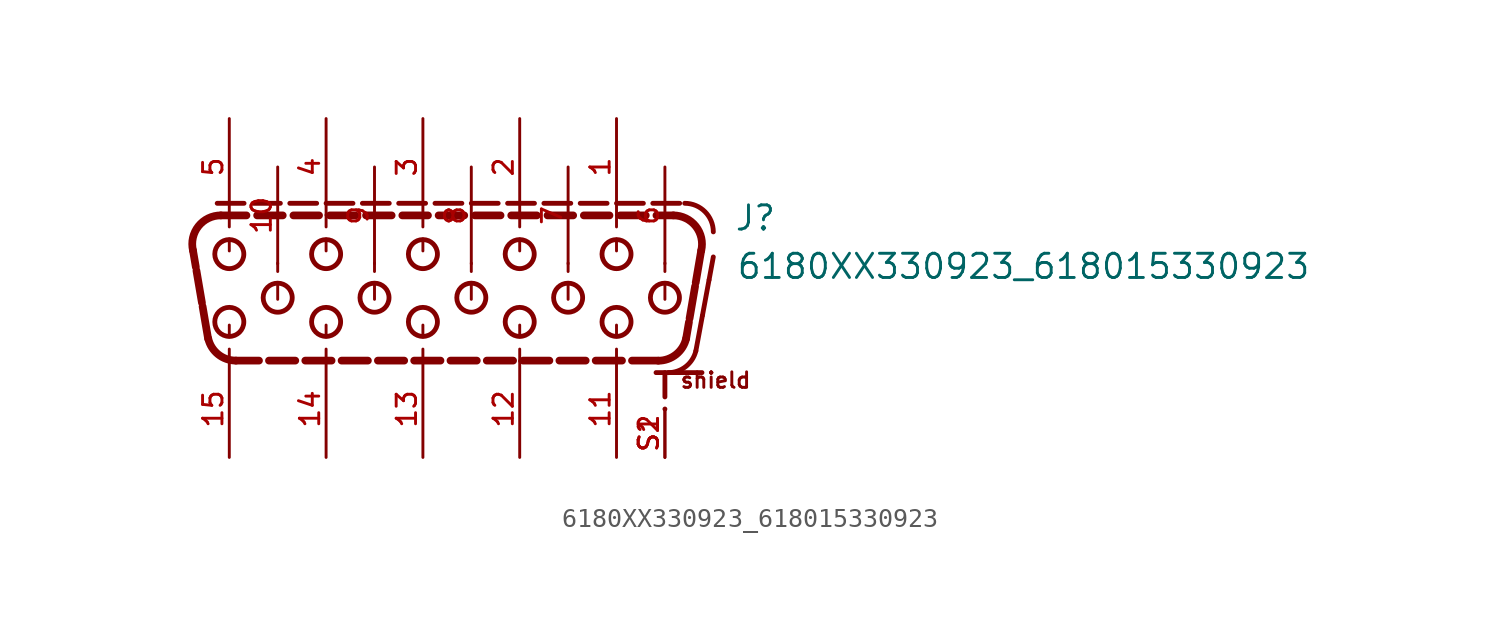
<source format=kicad_sym>
(kicad_symbol_lib
  (version 20211014)
  (generator kicad_symbol_editor)
  (symbol "6180XX330923_618015330923"
    (pin_names
      (offset 1.016))
    (property "Reference" "J"
      (at 16.32 4.2 0)
      (effects (font (size 1.27 1.27)) (justify bottom left)))
    (property "Value" "6180XX330923_618015330923"
      (at 16.42 1.66 0)
      (effects (font (size 1.27 1.27)) (justify bottom left)))
    (symbol "6180XX330923_618015330923_0_0"
      (arc (start 14.6042 3.23517) (mid 14.3183 4.5138) (end 13.1444 5.08) (stroke (width 0.4064) (type default) (color 0 0 0 0)) (fill (type none)))
      (arc (start 12.353 -2.54) (mid 13.2808 -2.2186) (end 13.8129 -1.38484) (stroke (width 0.4064) (type default) (color 0 0 0 0)) (fill (type none)))
      (arc (start -12.0642 3.23517) (mid -11.7783 4.5138) (end -10.6044 5.08) (stroke (width 0.4064) (type default) (color 0 0 0 0)) (fill (type none)))
      (arc (start -11.2729 -1.38484) (mid -10.7468 -2.2139) (end -9.81305 -2.54) (stroke (width 0.4064) (type default) (color 0 0 0 0)) (fill (type none)))
      (arc (start 15.24 4.215) (mid 14.8007 5.2757) (end 13.74 5.715) (stroke (width 0.254) (type default) (color 0 0 0 0)) (fill (type none)))
      (arc (start 14.324 -2.0338) (mid 13.7923 -2.852) (end 12.8688 -3.17) (stroke (width 0.254) (type default) (color 0 0 0 0)) (fill (type none)))
      (text "shield" (at 13.44 -4.05 0) (effects (font (size 0.813 0.813)) (justify bottom left)))
      (circle (center 10.16 3.048) (radius 0.762) (stroke (width 0.254)) (fill (type none)))
      (circle (center 5.08 3.048) (radius 0.762) (stroke (width 0.254)) (fill (type none)))
      (circle (center 0.0 3.048) (radius 0.762) (stroke (width 0.254)) (fill (type none)))
      (circle (center 12.7 0.762) (radius 0.762) (stroke (width 0.254)) (fill (type none)))
      (circle (center 7.62 0.762) (radius 0.762) (stroke (width 0.254)) (fill (type none)))
      (circle (center 2.54 0.762) (radius 0.762) (stroke (width 0.254)) (fill (type none)))
      (circle (center -2.54 0.762) (radius 0.762) (stroke (width 0.254)) (fill (type none)))
      (circle (center -10.16 3.048) (radius 0.762) (stroke (width 0.254)) (fill (type none)))
      (circle (center -5.08 3.048) (radius 0.762) (stroke (width 0.254)) (fill (type none)))
      (circle (center -7.62 0.762) (radius 0.762) (stroke (width 0.254)) (fill (type none)))
      (circle (center -10.16 -0.508) (radius 0.762) (stroke (width 0.254)) (fill (type none)))
      (circle (center 10.16 -0.508) (radius 0.762) (stroke (width 0.254)) (fill (type none)))
      (circle (center 5.08 -0.508) (radius 0.762) (stroke (width 0.254)) (fill (type none)))
      (circle (center -5.08 -0.508) (radius 0.762) (stroke (width 0.254)) (fill (type none)))
      (circle (center 0.0 -0.508) (radius 0.762) (stroke (width 0.254)) (fill (type none)))
      (polyline (pts (xy -10.604 5.08) (xy -9.26 5.08)) (stroke (width 0.406)))
      (polyline (pts (xy -8.699 5.08) (xy -7.355 5.08)) (stroke (width 0.406)))
      (polyline (pts (xy -6.794 5.08) (xy -5.45 5.08)) (stroke (width 0.406)))
      (polyline (pts (xy -4.889 5.08) (xy -3.545 5.08)) (stroke (width 0.406)))
      (polyline (pts (xy -2.984 5.08) (xy -1.64 5.08)) (stroke (width 0.406)))
      (polyline (pts (xy -1.079 5.08) (xy 0.265 5.08)) (stroke (width 0.406)))
      (polyline (pts (xy 0.826 5.08) (xy 2.17 5.08)) (stroke (width 0.406)))
      (polyline (pts (xy 2.731 5.08) (xy 4.075 5.08)) (stroke (width 0.406)))
      (polyline (pts (xy 4.636 5.08) (xy 5.98 5.08)) (stroke (width 0.406)))
      (polyline (pts (xy 6.541 5.08) (xy 7.885 5.08)) (stroke (width 0.406)))
      (polyline (pts (xy 8.446 5.08) (xy 9.79 5.08)) (stroke (width 0.406)))
      (polyline (pts (xy 10.351 5.08) (xy 11.695 5.08)) (stroke (width 0.406)))
      (polyline (pts (xy 12.256 5.08) (xy 13.144 5.08)) (stroke (width 0.406)))
      (polyline (pts (xy 14.604 3.235) (xy 14.316 1.551)) (stroke (width 0.406)))
      (polyline (pts (xy 14.283 1.358) (xy 13.994 -0.327)) (stroke (width 0.406)))
      (polyline (pts (xy 13.961 -0.52) (xy 13.813 -1.385)) (stroke (width 0.406)))
      (polyline (pts (xy 12.353 -2.54) (xy 10.973 -2.54)) (stroke (width 0.406)))
      (polyline (pts (xy 10.448 -2.54) (xy 9.068 -2.54)) (stroke (width 0.406)))
      (polyline (pts (xy 8.543 -2.54) (xy 7.163 -2.54)) (stroke (width 0.406)))
      (polyline (pts (xy 6.638 -2.54) (xy 5.258 -2.54)) (stroke (width 0.406)))
      (polyline (pts (xy 4.733 -2.54) (xy 3.353 -2.54)) (stroke (width 0.406)))
      (polyline (pts (xy 2.828 -2.54) (xy 1.448 -2.54)) (stroke (width 0.406)))
      (polyline (pts (xy 0.923 -2.54) (xy -0.457 -2.54)) (stroke (width 0.406)))
      (polyline (pts (xy -0.982 -2.54) (xy -2.362 -2.54)) (stroke (width 0.406)))
      (polyline (pts (xy -2.887 -2.54) (xy -4.267 -2.54)) (stroke (width 0.406)))
      (polyline (pts (xy -4.792 -2.54) (xy -6.172 -2.54)) (stroke (width 0.406)))
      (polyline (pts (xy -6.697 -2.54) (xy -8.077 -2.54)) (stroke (width 0.406)))
      (polyline (pts (xy -8.602 -2.54) (xy -9.813 -2.54)) (stroke (width 0.406)))
      (polyline (pts (xy -11.273 -1.385) (xy -11.561 0.299)) (stroke (width 0.406)))
      (polyline (pts (xy -11.595 0.493) (xy -11.883 2.177)) (stroke (width 0.406)))
      (polyline (pts (xy -11.916 2.37) (xy -12.064 3.235)) (stroke (width 0.406)))
      (polyline (pts (xy -10.795 5.715) (xy -9.385 5.715)) (stroke (width 0.254)))
      (polyline (pts (xy -8.89 5.715) (xy -7.48 5.715)) (stroke (width 0.254)))
      (polyline (pts (xy -6.985 5.715) (xy -5.575 5.715)) (stroke (width 0.254)))
      (polyline (pts (xy -5.08 5.715) (xy -3.67 5.715)) (stroke (width 0.254)))
      (polyline (pts (xy -3.175 5.715) (xy -1.765 5.715)) (stroke (width 0.254)))
      (polyline (pts (xy -1.27 5.715) (xy 0.14 5.715)) (stroke (width 0.254)))
      (polyline (pts (xy 0.635 5.715) (xy 2.045 5.715)) (stroke (width 0.254)))
      (polyline (pts (xy 2.54 5.715) (xy 3.95 5.715)) (stroke (width 0.254)))
      (polyline (pts (xy 4.445 5.715) (xy 5.855 5.715)) (stroke (width 0.254)))
      (polyline (pts (xy 6.35 5.715) (xy 7.76 5.715)) (stroke (width 0.254)))
      (polyline (pts (xy 8.255 5.715) (xy 9.665 5.715)) (stroke (width 0.254)))
      (polyline (pts (xy 10.16 5.715) (xy 11.57 5.715)) (stroke (width 0.254)))
      (polyline (pts (xy 12.065 5.715) (xy 13.475 5.715)) (stroke (width 0.254)))
      (polyline (pts (xy 12.7 -3.175) (xy 12.7 -4.445)) (stroke (width 0.254)))
      (polyline (pts (xy 12.7 -5.08) (xy 12.7 -5.08)) (stroke (width 0.254)))
      (polyline (pts (xy 12.74 -3.17) (xy 12.234 -3.17)) (stroke (width 0.254)))
      (polyline (pts (xy 14.645 -3.17) (xy 12.869 -3.17)) (stroke (width 0.254)))
      (polyline (pts (xy 14.324 -2.034) (xy 14.666 -0.191)) (stroke (width 0.254)))
      (polyline (pts (xy 14.672 -0.161) (xy 15.014 1.682)) (stroke (width 0.254)))
      (polyline (pts (xy 15.02 1.712) (xy 15.24 2.9)) (stroke (width 0.254)))
      (polyline (pts (xy -10.16 5.12) (xy -10.16 4.475)) (stroke (width 0.152)))
      (polyline (pts (xy -10.16 3.215) (xy -10.16 3.84)) (stroke (width 0.152)))
      (polyline (pts (xy -5.08 5.12) (xy -5.08 4.475)) (stroke (width 0.152)))
      (polyline (pts (xy -5.08 3.215) (xy -5.08 3.84)) (stroke (width 0.152)))
      (polyline (pts (xy 0.0 5.12) (xy 0.0 4.475)) (stroke (width 0.152)))
      (polyline (pts (xy 0.0 3.215) (xy 0.0 3.84)) (stroke (width 0.152)))
      (polyline (pts (xy 5.08 5.12) (xy 5.08 4.475)) (stroke (width 0.152)))
      (polyline (pts (xy 5.08 3.215) (xy 5.08 3.84)) (stroke (width 0.152)))
      (polyline (pts (xy 10.16 5.12) (xy 10.16 4.475)) (stroke (width 0.152)))
      (polyline (pts (xy 10.16 3.215) (xy 10.16 3.84)) (stroke (width 0.152)))
      (polyline (pts (xy 10.16 -2.58) (xy 10.16 -1.935)) (stroke (width 0.152)))
      (polyline (pts (xy 10.16 -0.675) (xy 10.16 -1.3)) (stroke (width 0.152)))
      (polyline (pts (xy 5.08 -2.58) (xy 5.08 -1.935)) (stroke (width 0.152)))
      (polyline (pts (xy 5.08 -0.675) (xy 5.08 -1.3)) (stroke (width 0.152)))
      (polyline (pts (xy 0.0 -2.58) (xy 0.0 -1.935)) (stroke (width 0.152)))
      (polyline (pts (xy 0.0 -0.675) (xy 0.0 -1.3)) (stroke (width 0.152)))
      (polyline (pts (xy -5.08 -2.58) (xy -5.08 -1.935)) (stroke (width 0.152)))
      (polyline (pts (xy -5.08 -0.675) (xy -5.08 -1.3)) (stroke (width 0.152)))
      (polyline (pts (xy -10.16 -2.58) (xy -10.16 -1.935)) (stroke (width 0.152)))
      (polyline (pts (xy -10.16 -0.675) (xy -10.16 -1.3)) (stroke (width 0.152)))
      (polyline (pts (xy -7.62 2.58) (xy -7.62 2.135)) (stroke (width 0.152)))
      (polyline (pts (xy -7.62 0.675) (xy -7.62 1.5)) (stroke (width 0.152)))
      (polyline (pts (xy -2.54 2.58) (xy -2.54 2.135)) (stroke (width 0.152)))
      (polyline (pts (xy -2.54 0.675) (xy -2.54 1.5)) (stroke (width 0.152)))
      (polyline (pts (xy 2.54 2.58) (xy 2.54 2.135)) (stroke (width 0.152)))
      (polyline (pts (xy 2.54 0.675) (xy 2.54 1.5)) (stroke (width 0.152)))
      (polyline (pts (xy 7.62 2.58) (xy 7.62 2.135)) (stroke (width 0.152)))
      (polyline (pts (xy 7.62 0.675) (xy 7.62 1.5)) (stroke (width 0.152)))
      (polyline (pts (xy 12.7 2.58) (xy 12.7 2.135)) (stroke (width 0.152)))
      (polyline (pts (xy 12.7 0.675) (xy 12.7 1.5)) (stroke (width 0.152)))
      (pin bidirectional line (at 10.16 10.16 270.0) (length 5.08) (name "~" (effects (font (size 1.016 1.016)))) (number "1" (effects (font (size 1.016 1.016)))))
      (pin bidirectional line (at 5.08 10.16 270.0) (length 5.08) (name "~" (effects (font (size 1.016 1.016)))) (number "2" (effects (font (size 1.016 1.016)))))
      (pin bidirectional line (at 0.0 10.16 270.0) (length 5.08) (name "~" (effects (font (size 1.016 1.016)))) (number "3" (effects (font (size 1.016 1.016)))))
      (pin bidirectional line (at -5.08 10.16 270.0) (length 5.08) (name "~" (effects (font (size 1.016 1.016)))) (number "4" (effects (font (size 1.016 1.016)))))
      (pin bidirectional line (at -10.16 10.16 270.0) (length 5.08) (name "~" (effects (font (size 1.016 1.016)))) (number "5" (effects (font (size 1.016 1.016)))))
      (pin bidirectional line (at 12.7 7.62 270.0) (length 5.08) (name "~" (effects (font (size 1.016 1.016)))) (number "6" (effects (font (size 1.016 1.016)))))
      (pin bidirectional line (at 7.62 7.62 270.0) (length 5.08) (name "~" (effects (font (size 1.016 1.016)))) (number "7" (effects (font (size 1.016 1.016)))))
      (pin bidirectional line (at 2.54 7.62 270.0) (length 5.08) (name "~" (effects (font (size 1.016 1.016)))) (number "8" (effects (font (size 1.016 1.016)))))
      (pin bidirectional line (at 10.16 -7.62 90.0) (length 5.08) (name "~" (effects (font (size 1.016 1.016)))) (number "11" (effects (font (size 1.016 1.016)))))
      (pin bidirectional line (at 5.08 -7.62 90.0) (length 5.08) (name "~" (effects (font (size 1.016 1.016)))) (number "12" (effects (font (size 1.016 1.016)))))
      (pin bidirectional line (at 0.0 -7.62 90.0) (length 5.08) (name "~" (effects (font (size 1.016 1.016)))) (number "13" (effects (font (size 1.016 1.016)))))
      (pin bidirectional line (at -5.08 -7.62 90.0) (length 5.08) (name "~" (effects (font (size 1.016 1.016)))) (number "14" (effects (font (size 1.016 1.016)))))
      (pin bidirectional line (at -10.16 -7.62 90.0) (length 5.08) (name "~" (effects (font (size 1.016 1.016)))) (number "15" (effects (font (size 1.016 1.016)))))
      (pin bidirectional line (at 12.7 -7.62 90.0) (length 2.54) (name "~" (effects (font (size 1.016 1.016)))) (number "S1" (effects (font (size 1.016 1.016)))))
      (pin bidirectional line (at 12.7 -7.62 90.0) (length 2.54) (name "~" (effects (font (size 1.016 1.016)))) (number "S2" (effects (font (size 1.016 1.016)))))
      (pin bidirectional line (at -2.54 7.62 270.0) (length 5.08) (name "~" (effects (font (size 1.016 1.016)))) (number "9" (effects (font (size 1.016 1.016)))))
      (pin bidirectional line (at -7.62 7.62 270.0) (length 5.08) (name "~" (effects (font (size 1.016 1.016)))) (number "10" (effects (font (size 1.016 1.016))))))))
</source>
